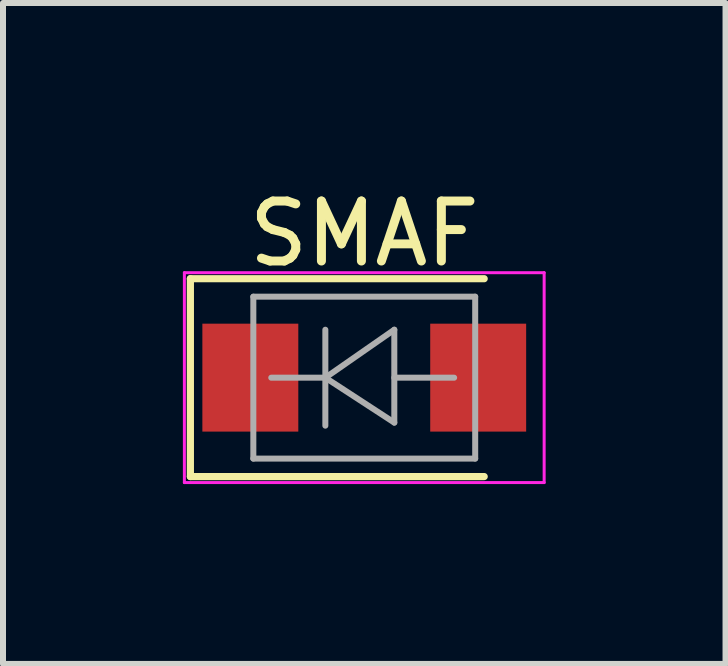
<source format=kicad_pcb>
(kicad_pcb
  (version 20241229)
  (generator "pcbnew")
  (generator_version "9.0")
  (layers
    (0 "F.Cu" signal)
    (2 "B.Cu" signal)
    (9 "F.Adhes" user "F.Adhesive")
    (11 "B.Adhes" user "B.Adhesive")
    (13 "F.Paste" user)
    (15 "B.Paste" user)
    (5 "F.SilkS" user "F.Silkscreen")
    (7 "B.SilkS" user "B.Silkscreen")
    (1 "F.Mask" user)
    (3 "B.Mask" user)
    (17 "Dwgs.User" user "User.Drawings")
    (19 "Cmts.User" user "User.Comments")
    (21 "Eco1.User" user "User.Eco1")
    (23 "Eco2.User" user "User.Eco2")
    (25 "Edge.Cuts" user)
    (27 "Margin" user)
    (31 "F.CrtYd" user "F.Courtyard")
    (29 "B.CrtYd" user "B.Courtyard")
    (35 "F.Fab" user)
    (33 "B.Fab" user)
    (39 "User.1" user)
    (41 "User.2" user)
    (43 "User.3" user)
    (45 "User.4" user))
  (footprint "SMAF"
    (layer "F.Cu")
    (at 3.025 3.248)
    (property "Reference" "SMAF" (at 0 -2.4 0) (layer "F.SilkS") (effects (font (size 1 1) (thickness 0.15))))
    (attr through_hole)
    (fp_line (start -2.9 -1.65) (end -2.9 1.65) (stroke (width 0.12) (type solid)) (layer "F.SilkS"))
    (fp_line (start -2.9 -1.65) (end 2 -1.65) (stroke (width 0.12) (type solid)) (layer "F.SilkS"))
    (fp_line (start -2.9 1.65) (end 2 1.65) (stroke (width 0.12) (type solid)) (layer "F.SilkS"))
    (fp_line (start -3 -1.75) (end 3 -1.75) (stroke (width 0.05) (type solid)) (layer "F.CrtYd"))
    (fp_line (start -3 1.75) (end -3 -1.75) (stroke (width 0.05) (type solid)) (layer "F.CrtYd"))
    (fp_line (start 3 -1.75) (end 3 1.75) (stroke (width 0.05) (type solid)) (layer "F.CrtYd"))
    (fp_line (start 3 1.75) (end -3 1.75) (stroke (width 0.05) (type solid)) (layer "F.CrtYd"))
    (fp_line (start -1.85 1.35) (end -1.85 -1.35) (stroke (width 0.1) (type solid)) (layer "F.Fab"))
    (fp_line (start -0.649 -0.799) (end -0.649 0.801) (stroke (width 0.1) (type solid)) (layer "F.Fab"))
    (fp_line (start -0.649 0.001) (end -1.551 0.001) (stroke (width 0.1) (type solid)) (layer "F.Fab"))
    (fp_line (start -0.649 0.001) (end 0.501 -0.799) (stroke (width 0.1) (type solid)) (layer "F.Fab"))
    (fp_line (start -0.649 0.001) (end 0.501 0.75) (stroke (width 0.1) (type solid)) (layer "F.Fab"))
    (fp_line (start 0.501 0.001) (end 1.499 0.001) (stroke (width 0.1) (type solid)) (layer "F.Fab"))
    (fp_line (start 0.501 0.75) (end 0.501 -0.799) (stroke (width 0.1) (type solid)) (layer "F.Fab"))
    (fp_line (start 1.85 -1.35) (end -1.85 -1.35) (stroke (width 0.1) (type solid)) (layer "F.Fab"))
    (fp_line (start 1.85 -1.35) (end 1.85 1.35) (stroke (width 0.1) (type solid)) (layer "F.Fab"))
    (fp_line (start 1.85 1.35) (end -1.85 1.35) (stroke (width 0.1) (type solid)) (layer "F.Fab"))
    (pad "1" smd rect (at -1.9 0) (size 1.6 1.8) (layers "F.Cu" "F.Mask" "F.Paste"))
    (pad "2" smd rect (at 1.9 0) (size 1.6 1.8) (layers "F.Cu" "F.Mask" "F.Paste")))
  (gr_rect
    (start -3 -3)
    (end 9.05 8.023)
    (stroke (width 0.1) (type default))
    (fill no)
    (layer "Edge.Cuts")))
</source>
